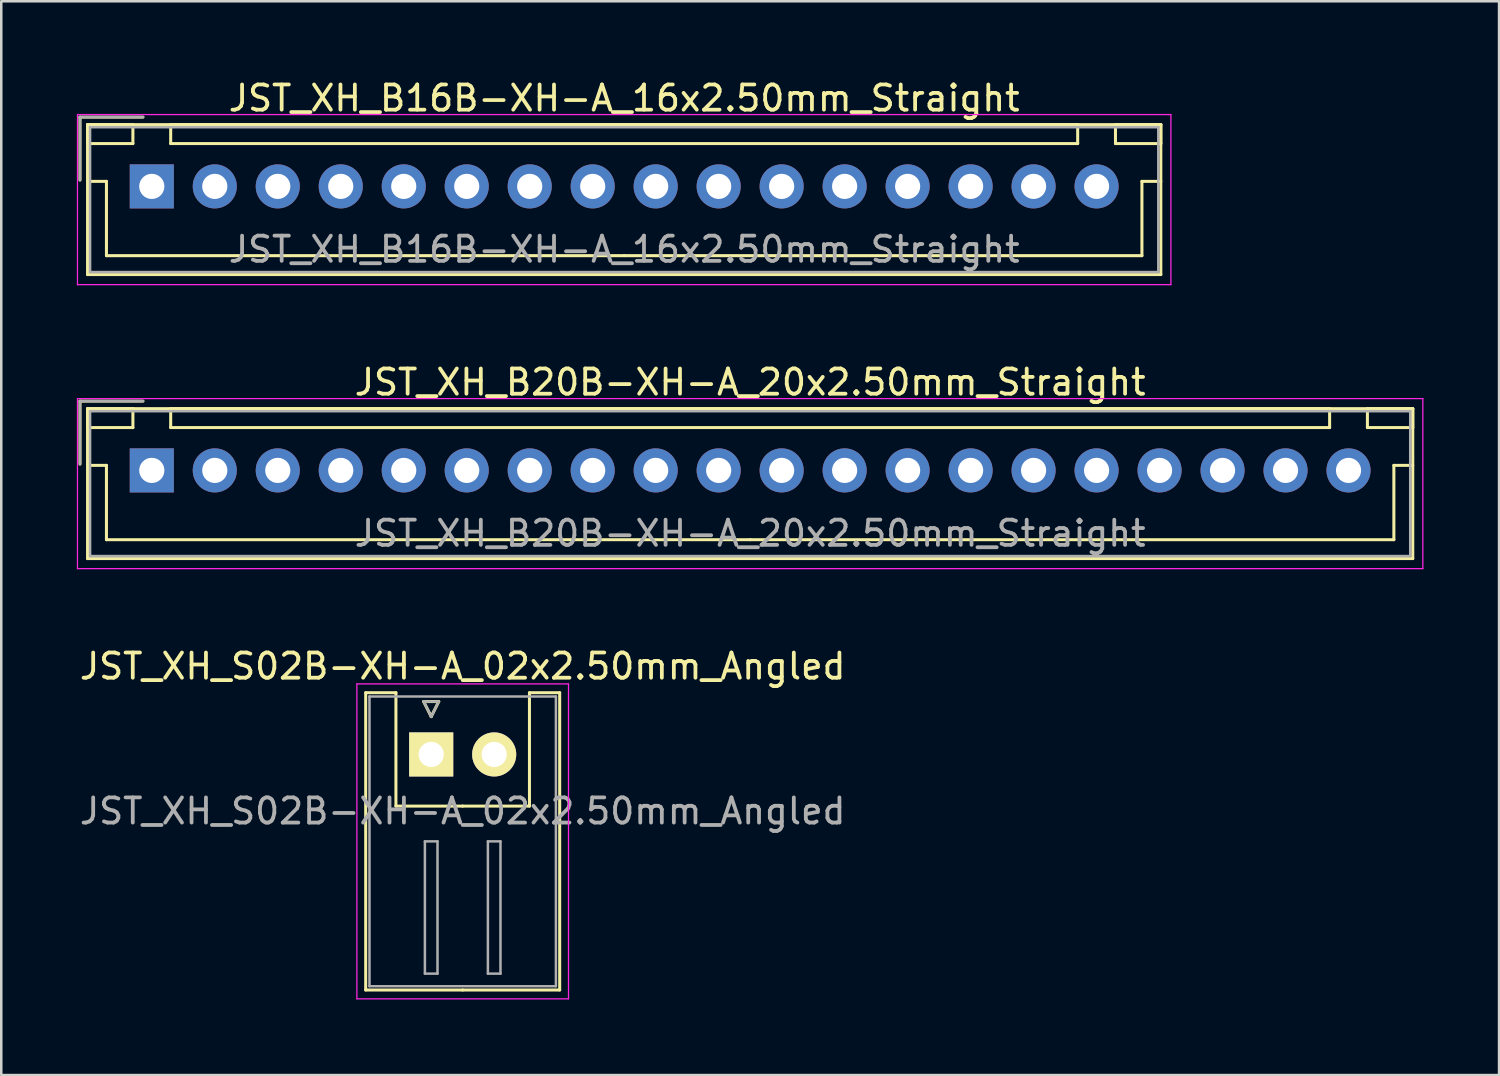
<source format=kicad_pcb>
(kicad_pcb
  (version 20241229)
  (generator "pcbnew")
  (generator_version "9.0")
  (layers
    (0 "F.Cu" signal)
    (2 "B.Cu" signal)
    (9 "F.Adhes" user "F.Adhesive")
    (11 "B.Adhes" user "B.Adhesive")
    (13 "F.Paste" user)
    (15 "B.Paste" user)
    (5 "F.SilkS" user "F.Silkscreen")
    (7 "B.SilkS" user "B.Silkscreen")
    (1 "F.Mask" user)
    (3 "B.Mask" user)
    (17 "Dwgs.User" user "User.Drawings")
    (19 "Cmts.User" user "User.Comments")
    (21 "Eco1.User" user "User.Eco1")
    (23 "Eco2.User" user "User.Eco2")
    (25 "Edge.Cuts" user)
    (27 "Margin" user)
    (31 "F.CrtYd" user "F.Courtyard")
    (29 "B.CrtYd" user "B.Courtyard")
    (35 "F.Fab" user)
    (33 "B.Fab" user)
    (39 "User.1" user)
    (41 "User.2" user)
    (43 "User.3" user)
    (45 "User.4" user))
  (footprint "JST_XH_B20B-XH-A_20x2.50mm_Straight"
    (layer "F.Cu")
    (at 2.975 15.621)
    (property "Reference" "JST_XH_B20B-XH-A_20x2.50mm_Straight" (at 23.75 -3.5 0) (layer "F.SilkS") (effects (font (size 1 1) (thickness 0.15))))
    (attr through_hole)
    (fp_line (start -2.85 -2.75) (end -2.85 -0.25) (stroke (width 0.12) (type solid)) (layer "F.SilkS"))
    (fp_line (start -2.55 -2.45) (end -2.55 -1.7) (stroke (width 0.12) (type solid)) (layer "F.SilkS"))
    (fp_line (start -2.55 -2.45) (end -2.55 3.5) (stroke (width 0.12) (type solid)) (layer "F.SilkS"))
    (fp_line (start -2.55 -1.7) (end -0.75 -1.7) (stroke (width 0.12) (type solid)) (layer "F.SilkS"))
    (fp_line (start -2.55 -0.2) (end -1.8 -0.2) (stroke (width 0.12) (type solid)) (layer "F.SilkS"))
    (fp_line (start -2.55 3.5) (end 50.05 3.5) (stroke (width 0.12) (type solid)) (layer "F.SilkS"))
    (fp_line (start -1.8 -0.2) (end -1.8 2.75) (stroke (width 0.12) (type solid)) (layer "F.SilkS"))
    (fp_line (start -1.8 2.75) (end 23.75 2.75) (stroke (width 0.12) (type solid)) (layer "F.SilkS"))
    (fp_line (start -0.75 -2.45) (end -2.55 -2.45) (stroke (width 0.12) (type solid)) (layer "F.SilkS"))
    (fp_line (start -0.75 -1.7) (end -0.75 -2.45) (stroke (width 0.12) (type solid)) (layer "F.SilkS"))
    (fp_line (start -0.35 -2.75) (end -2.85 -2.75) (stroke (width 0.12) (type solid)) (layer "F.SilkS"))
    (fp_line (start 0.75 -2.45) (end 0.75 -1.7) (stroke (width 0.12) (type solid)) (layer "F.SilkS"))
    (fp_line (start 0.75 -1.7) (end 46.75 -1.7) (stroke (width 0.12) (type solid)) (layer "F.SilkS"))
    (fp_line (start 46.75 -2.45) (end 0.75 -2.45) (stroke (width 0.12) (type solid)) (layer "F.SilkS"))
    (fp_line (start 46.75 -1.7) (end 46.75 -2.45) (stroke (width 0.12) (type solid)) (layer "F.SilkS"))
    (fp_line (start 48.25 -2.45) (end 48.25 -1.7) (stroke (width 0.12) (type solid)) (layer "F.SilkS"))
    (fp_line (start 48.25 -1.7) (end 50.05 -1.7) (stroke (width 0.12) (type solid)) (layer "F.SilkS"))
    (fp_line (start 49.3 -0.2) (end 49.3 2.75) (stroke (width 0.12) (type solid)) (layer "F.SilkS"))
    (fp_line (start 49.3 2.75) (end 23.75 2.75) (stroke (width 0.12) (type solid)) (layer "F.SilkS"))
    (fp_line (start 50.05 -2.45) (end -2.55 -2.45) (stroke (width 0.12) (type solid)) (layer "F.SilkS"))
    (fp_line (start 50.05 -2.45) (end 48.25 -2.45) (stroke (width 0.12) (type solid)) (layer "F.SilkS"))
    (fp_line (start 50.05 -1.7) (end 50.05 -2.45) (stroke (width 0.12) (type solid)) (layer "F.SilkS"))
    (fp_line (start 50.05 -0.2) (end 49.3 -0.2) (stroke (width 0.12) (type solid)) (layer "F.SilkS"))
    (fp_line (start 50.05 3.5) (end 50.05 -2.45) (stroke (width 0.12) (type solid)) (layer "F.SilkS"))
    (fp_line (start -2.95 -2.85) (end -2.95 3.9) (stroke (width 0.05) (type solid)) (layer "F.CrtYd"))
    (fp_line (start -2.95 3.9) (end 50.45 3.9) (stroke (width 0.05) (type solid)) (layer "F.CrtYd"))
    (fp_line (start 50.45 -2.85) (end -2.95 -2.85) (stroke (width 0.05) (type solid)) (layer "F.CrtYd"))
    (fp_line (start 50.45 3.9) (end 50.45 -2.85) (stroke (width 0.05) (type solid)) (layer "F.CrtYd"))
    (fp_line (start -2.85 -2.75) (end -2.85 -0.25) (stroke (width 0.1) (type solid)) (layer "F.Fab"))
    (fp_line (start -2.45 -2.35) (end -2.45 3.4) (stroke (width 0.1) (type solid)) (layer "F.Fab"))
    (fp_line (start -2.45 3.4) (end 49.95 3.4) (stroke (width 0.1) (type solid)) (layer "F.Fab"))
    (fp_line (start -0.35 -2.75) (end -2.85 -2.75) (stroke (width 0.1) (type solid)) (layer "F.Fab"))
    (fp_line (start 49.95 -2.35) (end -2.45 -2.35) (stroke (width 0.1) (type solid)) (layer "F.Fab"))
    (fp_line (start 49.95 3.4) (end 49.95 -2.35) (stroke (width 0.1) (type solid)) (layer "F.Fab"))
    (fp_text user "${REFERENCE}" (at 23.75 2.5 0) (layer "F.Fab") (effects (font (size 1 1) (thickness 0.15))))
    (pad "1" thru_hole rect (at 0 0) (size 1.75 1.75) (drill 1) (layers "*.Cu" "*.Mask"))
    (pad "2" thru_hole circle (at 2.5 0) (size 1.75 1.75) (drill 1) (layers "*.Cu" "*.Mask"))
    (pad "3" thru_hole circle (at 5 0) (size 1.75 1.75) (drill 1) (layers "*.Cu" "*.Mask"))
    (pad "4" thru_hole circle (at 7.5 0) (size 1.75 1.75) (drill 1) (layers "*.Cu" "*.Mask"))
    (pad "5" thru_hole circle (at 10 0) (size 1.75 1.75) (drill 1) (layers "*.Cu" "*.Mask"))
    (pad "6" thru_hole circle (at 12.5 0) (size 1.75 1.75) (drill 1) (layers "*.Cu" "*.Mask"))
    (pad "7" thru_hole circle (at 15 0) (size 1.75 1.75) (drill 1) (layers "*.Cu" "*.Mask"))
    (pad "8" thru_hole circle (at 17.5 0) (size 1.75 1.75) (drill 1) (layers "*.Cu" "*.Mask"))
    (pad "9" thru_hole circle (at 20 0) (size 1.75 1.75) (drill 1) (layers "*.Cu" "*.Mask"))
    (pad "10" thru_hole circle (at 22.5 0) (size 1.75 1.75) (drill 1) (layers "*.Cu" "*.Mask"))
    (pad "11" thru_hole circle (at 25 0) (size 1.75 1.75) (drill 1) (layers "*.Cu" "*.Mask"))
    (pad "12" thru_hole circle (at 27.5 0) (size 1.75 1.75) (drill 1) (layers "*.Cu" "*.Mask"))
    (pad "13" thru_hole circle (at 30 0) (size 1.75 1.75) (drill 1) (layers "*.Cu" "*.Mask"))
    (pad "14" thru_hole circle (at 32.5 0) (size 1.75 1.75) (drill 1) (layers "*.Cu" "*.Mask"))
    (pad "15" thru_hole circle (at 35 0) (size 1.75 1.75) (drill 1) (layers "*.Cu" "*.Mask"))
    (pad "16" thru_hole circle (at 37.5 0) (size 1.75 1.75) (drill 1) (layers "*.Cu" "*.Mask"))
    (pad "17" thru_hole circle (at 40 0) (size 1.75 1.75) (drill 1) (layers "*.Cu" "*.Mask"))
    (pad "18" thru_hole circle (at 42.5 0) (size 1.75 1.75) (drill 1) (layers "*.Cu" "*.Mask"))
    (pad "19" thru_hole circle (at 45 0) (size 1.75 1.75) (drill 1) (layers "*.Cu" "*.Mask"))
    (pad "20" thru_hole circle (at 47.5 0) (size 1.75 1.75) (drill 1) (layers "*.Cu" "*.Mask")))
  (footprint "JST_XH_S02B-XH-A_02x2.50mm_Angled"
    (layer "F.Cu")
    (at 14.065 26.895)
    (property "Reference" "JST_XH_S02B-XH-A_02x2.50mm_Angled" (at 1.25 -3.5 0) (layer "F.SilkS") (effects (font (size 1 1) (thickness 0.15))))
    (attr through_hole)
    (fp_line (start -2.6 -2.45) (end -1.4 -2.45) (stroke (width 0.12) (type solid)) (layer "F.SilkS"))
    (fp_line (start -2.6 9.35) (end -2.6 -2.45) (stroke (width 0.12) (type solid)) (layer "F.SilkS"))
    (fp_line (start -1.4 -2.45) (end -1.4 2.05) (stroke (width 0.12) (type solid)) (layer "F.SilkS"))
    (fp_line (start -1.4 2.05) (end 1.25 2.05) (stroke (width 0.12) (type solid)) (layer "F.SilkS"))
    (fp_line (start -0.3 -2.1) (end 0.3 -2.1) (stroke (width 0.12) (type solid)) (layer "F.SilkS"))
    (fp_line (start 0 -1.5) (end -0.3 -2.1) (stroke (width 0.12) (type solid)) (layer "F.SilkS"))
    (fp_line (start 0.3 -2.1) (end 0 -1.5) (stroke (width 0.12) (type solid)) (layer "F.SilkS"))
    (fp_line (start 1.25 9.35) (end -2.6 9.35) (stroke (width 0.12) (type solid)) (layer "F.SilkS"))
    (fp_line (start 1.25 9.35) (end 5.1 9.35) (stroke (width 0.12) (type solid)) (layer "F.SilkS"))
    (fp_line (start 3.9 -2.45) (end 3.9 2.05) (stroke (width 0.12) (type solid)) (layer "F.SilkS"))
    (fp_line (start 3.9 2.05) (end 1.25 2.05) (stroke (width 0.12) (type solid)) (layer "F.SilkS"))
    (fp_line (start 5.1 -2.45) (end 3.9 -2.45) (stroke (width 0.12) (type solid)) (layer "F.SilkS"))
    (fp_line (start 5.1 9.35) (end 5.1 -2.45) (stroke (width 0.12) (type solid)) (layer "F.SilkS"))
    (fp_line (start -2.95 -2.8) (end -2.95 9.7) (stroke (width 0.05) (type solid)) (layer "F.CrtYd"))
    (fp_line (start -2.95 9.7) (end 5.45 9.7) (stroke (width 0.05) (type solid)) (layer "F.CrtYd"))
    (fp_line (start 5.45 -2.8) (end -2.95 -2.8) (stroke (width 0.05) (type solid)) (layer "F.CrtYd"))
    (fp_line (start 5.45 9.7) (end 5.45 -2.8) (stroke (width 0.05) (type solid)) (layer "F.CrtYd"))
    (fp_line (start -2.45 -2.3) (end -2.45 9.2) (stroke (width 0.1) (type solid)) (layer "F.Fab"))
    (fp_line (start -2.45 9.2) (end 4.95 9.2) (stroke (width 0.1) (type solid)) (layer "F.Fab"))
    (fp_line (start -0.3 -2.1) (end 0.3 -2.1) (stroke (width 0.1) (type solid)) (layer "F.Fab"))
    (fp_line (start -0.25 3.45) (end -0.25 8.7) (stroke (width 0.1) (type solid)) (layer "F.Fab"))
    (fp_line (start -0.25 8.7) (end 0.25 8.7) (stroke (width 0.1) (type solid)) (layer "F.Fab"))
    (fp_line (start 0 -1.5) (end -0.3 -2.1) (stroke (width 0.1) (type solid)) (layer "F.Fab"))
    (fp_line (start 0.25 3.45) (end -0.25 3.45) (stroke (width 0.1) (type solid)) (layer "F.Fab"))
    (fp_line (start 0.25 8.7) (end 0.25 3.45) (stroke (width 0.1) (type solid)) (layer "F.Fab"))
    (fp_line (start 0.3 -2.1) (end 0 -1.5) (stroke (width 0.1) (type solid)) (layer "F.Fab"))
    (fp_line (start 2.25 3.45) (end 2.25 8.7) (stroke (width 0.1) (type solid)) (layer "F.Fab"))
    (fp_line (start 2.25 8.7) (end 2.75 8.7) (stroke (width 0.1) (type solid)) (layer "F.Fab"))
    (fp_line (start 2.75 3.45) (end 2.25 3.45) (stroke (width 0.1) (type solid)) (layer "F.Fab"))
    (fp_line (start 2.75 8.7) (end 2.75 3.45) (stroke (width 0.1) (type solid)) (layer "F.Fab"))
    (fp_line (start 4.95 -2.3) (end -2.45 -2.3) (stroke (width 0.1) (type solid)) (layer "F.Fab"))
    (fp_line (start 4.95 9.2) (end 4.95 -2.3) (stroke (width 0.1) (type solid)) (layer "F.Fab"))
    (fp_text user "${REFERENCE}" (at 1.25 2.25 0) (layer "F.Fab") (effects (font (size 1 1) (thickness 0.15))))
    (pad "1" thru_hole rect (at 0 0) (size 1.75 1.75) (drill 1) (layers "*.Cu" "*.Mask" "F.SilkS"))
    (pad "2" thru_hole circle (at 2.5 0) (size 1.75 1.75) (drill 1) (layers "*.Cu" "*.Mask" "F.SilkS")))
  (footprint "JST_XH_B16B-XH-A_16x2.50mm_Straight"
    (layer "F.Cu")
    (at 2.975 4.348)
    (property "Reference" "JST_XH_B16B-XH-A_16x2.50mm_Straight" (at 18.75 -3.5 0) (layer "F.SilkS") (effects (font (size 1 1) (thickness 0.15))))
    (attr through_hole)
    (fp_line (start -2.85 -2.75) (end -2.85 -0.25) (stroke (width 0.12) (type solid)) (layer "F.SilkS"))
    (fp_line (start -2.55 -2.45) (end -2.55 -1.7) (stroke (width 0.12) (type solid)) (layer "F.SilkS"))
    (fp_line (start -2.55 -2.45) (end -2.55 3.5) (stroke (width 0.12) (type solid)) (layer "F.SilkS"))
    (fp_line (start -2.55 -1.7) (end -0.75 -1.7) (stroke (width 0.12) (type solid)) (layer "F.SilkS"))
    (fp_line (start -2.55 -0.2) (end -1.8 -0.2) (stroke (width 0.12) (type solid)) (layer "F.SilkS"))
    (fp_line (start -2.55 3.5) (end 40.05 3.5) (stroke (width 0.12) (type solid)) (layer "F.SilkS"))
    (fp_line (start -1.8 -0.2) (end -1.8 2.75) (stroke (width 0.12) (type solid)) (layer "F.SilkS"))
    (fp_line (start -1.8 2.75) (end 18.75 2.75) (stroke (width 0.12) (type solid)) (layer "F.SilkS"))
    (fp_line (start -0.75 -2.45) (end -2.55 -2.45) (stroke (width 0.12) (type solid)) (layer "F.SilkS"))
    (fp_line (start -0.75 -1.7) (end -0.75 -2.45) (stroke (width 0.12) (type solid)) (layer "F.SilkS"))
    (fp_line (start -0.35 -2.75) (end -2.85 -2.75) (stroke (width 0.12) (type solid)) (layer "F.SilkS"))
    (fp_line (start 0.75 -2.45) (end 0.75 -1.7) (stroke (width 0.12) (type solid)) (layer "F.SilkS"))
    (fp_line (start 0.75 -1.7) (end 36.75 -1.7) (stroke (width 0.12) (type solid)) (layer "F.SilkS"))
    (fp_line (start 36.75 -2.45) (end 0.75 -2.45) (stroke (width 0.12) (type solid)) (layer "F.SilkS"))
    (fp_line (start 36.75 -1.7) (end 36.75 -2.45) (stroke (width 0.12) (type solid)) (layer "F.SilkS"))
    (fp_line (start 38.25 -2.45) (end 38.25 -1.7) (stroke (width 0.12) (type solid)) (layer "F.SilkS"))
    (fp_line (start 38.25 -1.7) (end 40.05 -1.7) (stroke (width 0.12) (type solid)) (layer "F.SilkS"))
    (fp_line (start 39.3 -0.2) (end 39.3 2.75) (stroke (width 0.12) (type solid)) (layer "F.SilkS"))
    (fp_line (start 39.3 2.75) (end 18.75 2.75) (stroke (width 0.12) (type solid)) (layer "F.SilkS"))
    (fp_line (start 40.05 -2.45) (end -2.55 -2.45) (stroke (width 0.12) (type solid)) (layer "F.SilkS"))
    (fp_line (start 40.05 -2.45) (end 38.25 -2.45) (stroke (width 0.12) (type solid)) (layer "F.SilkS"))
    (fp_line (start 40.05 -1.7) (end 40.05 -2.45) (stroke (width 0.12) (type solid)) (layer "F.SilkS"))
    (fp_line (start 40.05 -0.2) (end 39.3 -0.2) (stroke (width 0.12) (type solid)) (layer "F.SilkS"))
    (fp_line (start 40.05 3.5) (end 40.05 -2.45) (stroke (width 0.12) (type solid)) (layer "F.SilkS"))
    (fp_line (start -2.95 -2.85) (end -2.95 3.9) (stroke (width 0.05) (type solid)) (layer "F.CrtYd"))
    (fp_line (start -2.95 3.9) (end 40.45 3.9) (stroke (width 0.05) (type solid)) (layer "F.CrtYd"))
    (fp_line (start 40.45 -2.85) (end -2.95 -2.85) (stroke (width 0.05) (type solid)) (layer "F.CrtYd"))
    (fp_line (start 40.45 3.9) (end 40.45 -2.85) (stroke (width 0.05) (type solid)) (layer "F.CrtYd"))
    (fp_line (start -2.85 -2.75) (end -2.85 -0.25) (stroke (width 0.1) (type solid)) (layer "F.Fab"))
    (fp_line (start -2.45 -2.35) (end -2.45 3.4) (stroke (width 0.1) (type solid)) (layer "F.Fab"))
    (fp_line (start -2.45 3.4) (end 39.95 3.4) (stroke (width 0.1) (type solid)) (layer "F.Fab"))
    (fp_line (start -0.35 -2.75) (end -2.85 -2.75) (stroke (width 0.1) (type solid)) (layer "F.Fab"))
    (fp_line (start 39.95 -2.35) (end -2.45 -2.35) (stroke (width 0.1) (type solid)) (layer "F.Fab"))
    (fp_line (start 39.95 3.4) (end 39.95 -2.35) (stroke (width 0.1) (type solid)) (layer "F.Fab"))
    (fp_text user "${REFERENCE}" (at 18.75 2.5 0) (layer "F.Fab") (effects (font (size 1 1) (thickness 0.15))))
    (pad "1" thru_hole rect (at 0 0) (size 1.75 1.75) (drill 1) (layers "*.Cu" "*.Mask"))
    (pad "2" thru_hole circle (at 2.5 0) (size 1.75 1.75) (drill 1) (layers "*.Cu" "*.Mask"))
    (pad "3" thru_hole circle (at 5 0) (size 1.75 1.75) (drill 1) (layers "*.Cu" "*.Mask"))
    (pad "4" thru_hole circle (at 7.5 0) (size 1.75 1.75) (drill 1) (layers "*.Cu" "*.Mask"))
    (pad "5" thru_hole circle (at 10 0) (size 1.75 1.75) (drill 1) (layers "*.Cu" "*.Mask"))
    (pad "6" thru_hole circle (at 12.5 0) (size 1.75 1.75) (drill 1) (layers "*.Cu" "*.Mask"))
    (pad "7" thru_hole circle (at 15 0) (size 1.75 1.75) (drill 1) (layers "*.Cu" "*.Mask"))
    (pad "8" thru_hole circle (at 17.5 0) (size 1.75 1.75) (drill 1) (layers "*.Cu" "*.Mask"))
    (pad "9" thru_hole circle (at 20 0) (size 1.75 1.75) (drill 1) (layers "*.Cu" "*.Mask"))
    (pad "10" thru_hole circle (at 22.5 0) (size 1.75 1.75) (drill 1) (layers "*.Cu" "*.Mask"))
    (pad "11" thru_hole circle (at 25 0) (size 1.75 1.75) (drill 1) (layers "*.Cu" "*.Mask"))
    (pad "12" thru_hole circle (at 27.5 0) (size 1.75 1.75) (drill 1) (layers "*.Cu" "*.Mask"))
    (pad "13" thru_hole circle (at 30 0) (size 1.75 1.75) (drill 1) (layers "*.Cu" "*.Mask"))
    (pad "14" thru_hole circle (at 32.5 0) (size 1.75 1.75) (drill 1) (layers "*.Cu" "*.Mask"))
    (pad "15" thru_hole circle (at 35 0) (size 1.75 1.75) (drill 1) (layers "*.Cu" "*.Mask"))
    (pad "16" thru_hole circle (at 37.5 0) (size 1.75 1.75) (drill 1) (layers "*.Cu" "*.Mask")))
  (gr_rect
    (start -3 -3)
    (end 56.45 39.62)
    (stroke (width 0.1) (type default))
    (fill no)
    (layer "Edge.Cuts")))
</source>
